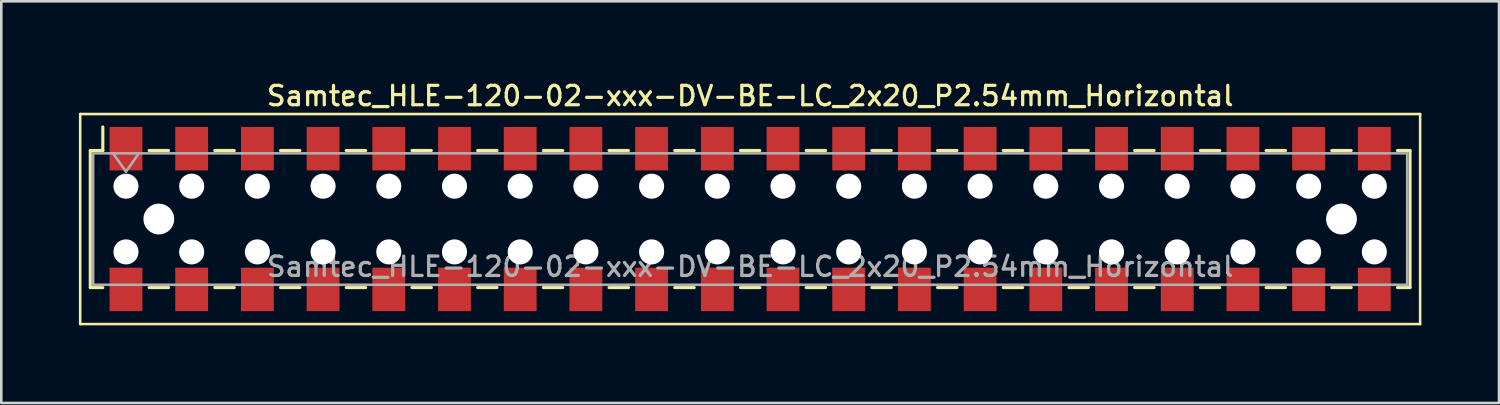
<source format=kicad_pcb>
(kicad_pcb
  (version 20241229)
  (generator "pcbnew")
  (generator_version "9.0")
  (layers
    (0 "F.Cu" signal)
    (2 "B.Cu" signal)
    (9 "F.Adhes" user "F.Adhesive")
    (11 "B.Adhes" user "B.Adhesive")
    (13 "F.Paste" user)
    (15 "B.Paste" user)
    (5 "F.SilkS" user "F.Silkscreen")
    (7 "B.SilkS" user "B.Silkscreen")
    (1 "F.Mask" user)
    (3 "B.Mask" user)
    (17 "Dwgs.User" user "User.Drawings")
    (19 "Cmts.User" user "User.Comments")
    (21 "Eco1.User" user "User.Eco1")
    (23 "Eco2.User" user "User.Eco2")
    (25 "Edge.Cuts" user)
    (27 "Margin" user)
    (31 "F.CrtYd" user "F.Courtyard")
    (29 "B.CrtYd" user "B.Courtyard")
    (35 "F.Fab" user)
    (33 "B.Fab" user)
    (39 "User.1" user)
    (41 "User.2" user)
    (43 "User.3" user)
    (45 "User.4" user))
  (footprint "Samtec_HLE-120-02-xxx-DV-BE-LC_2x20_P2.54mm_Horizontal"
    (layer "F.Cu")
    (at 25.95 5.418)
    (property "Reference" "Samtec_HLE-120-02-xxx-DV-BE-LC_2x20_P2.54mm_Horizontal" (at 0 -4.76 0) (layer "F.SilkS") (effects (font (size 0.75 0.75) (thickness 0.125))))
    (attr smd)
    (fp_line (start -25.9 -4.06) (end 25.9 -4.06) (stroke (width 0.1) (type solid)) (layer "F.SilkS"))
    (fp_line (start -25.9 4.06) (end -25.9 -4.06) (stroke (width 0.1) (type solid)) (layer "F.SilkS"))
    (fp_line (start -25.51 -2.65) (end -25.51 2.65) (stroke (width 0.12) (type solid)) (layer "F.SilkS"))
    (fp_line (start -25.51 2.65) (end -25.025 2.65) (stroke (width 0.12) (type solid)) (layer "F.SilkS"))
    (fp_line (start -25.025 -3.56) (end -25.025 -2.65) (stroke (width 0.12) (type solid)) (layer "F.SilkS"))
    (fp_line (start -25.025 -2.65) (end -25.51 -2.65) (stroke (width 0.12) (type solid)) (layer "F.SilkS"))
    (fp_line (start -23.235 -2.65) (end -22.485 -2.65) (stroke (width 0.12) (type solid)) (layer "F.SilkS"))
    (fp_line (start -23.235 2.65) (end -22.485 2.65) (stroke (width 0.12) (type solid)) (layer "F.SilkS"))
    (fp_line (start -20.695 -2.65) (end -19.945 -2.65) (stroke (width 0.12) (type solid)) (layer "F.SilkS"))
    (fp_line (start -20.695 2.65) (end -19.945 2.65) (stroke (width 0.12) (type solid)) (layer "F.SilkS"))
    (fp_line (start -18.155 -2.65) (end -17.405 -2.65) (stroke (width 0.12) (type solid)) (layer "F.SilkS"))
    (fp_line (start -18.155 2.65) (end -17.405 2.65) (stroke (width 0.12) (type solid)) (layer "F.SilkS"))
    (fp_line (start -15.615 -2.65) (end -14.865 -2.65) (stroke (width 0.12) (type solid)) (layer "F.SilkS"))
    (fp_line (start -15.615 2.65) (end -14.865 2.65) (stroke (width 0.12) (type solid)) (layer "F.SilkS"))
    (fp_line (start -13.075 -2.65) (end -12.325 -2.65) (stroke (width 0.12) (type solid)) (layer "F.SilkS"))
    (fp_line (start -13.075 2.65) (end -12.325 2.65) (stroke (width 0.12) (type solid)) (layer "F.SilkS"))
    (fp_line (start -10.535 -2.65) (end -9.785 -2.65) (stroke (width 0.12) (type solid)) (layer "F.SilkS"))
    (fp_line (start -10.535 2.65) (end -9.785 2.65) (stroke (width 0.12) (type solid)) (layer "F.SilkS"))
    (fp_line (start -7.995 -2.65) (end -7.245 -2.65) (stroke (width 0.12) (type solid)) (layer "F.SilkS"))
    (fp_line (start -7.995 2.65) (end -7.245 2.65) (stroke (width 0.12) (type solid)) (layer "F.SilkS"))
    (fp_line (start -5.455 -2.65) (end -4.705 -2.65) (stroke (width 0.12) (type solid)) (layer "F.SilkS"))
    (fp_line (start -5.455 2.65) (end -4.705 2.65) (stroke (width 0.12) (type solid)) (layer "F.SilkS"))
    (fp_line (start -2.915 -2.65) (end -2.165 -2.65) (stroke (width 0.12) (type solid)) (layer "F.SilkS"))
    (fp_line (start -2.915 2.65) (end -2.165 2.65) (stroke (width 0.12) (type solid)) (layer "F.SilkS"))
    (fp_line (start -0.375 -2.65) (end 0.375 -2.65) (stroke (width 0.12) (type solid)) (layer "F.SilkS"))
    (fp_line (start -0.375 2.65) (end 0.375 2.65) (stroke (width 0.12) (type solid)) (layer "F.SilkS"))
    (fp_line (start 2.165 -2.65) (end 2.915 -2.65) (stroke (width 0.12) (type solid)) (layer "F.SilkS"))
    (fp_line (start 2.165 2.65) (end 2.915 2.65) (stroke (width 0.12) (type solid)) (layer "F.SilkS"))
    (fp_line (start 4.705 -2.65) (end 5.455 -2.65) (stroke (width 0.12) (type solid)) (layer "F.SilkS"))
    (fp_line (start 4.705 2.65) (end 5.455 2.65) (stroke (width 0.12) (type solid)) (layer "F.SilkS"))
    (fp_line (start 7.245 -2.65) (end 7.995 -2.65) (stroke (width 0.12) (type solid)) (layer "F.SilkS"))
    (fp_line (start 7.245 2.65) (end 7.995 2.65) (stroke (width 0.12) (type solid)) (layer "F.SilkS"))
    (fp_line (start 9.785 -2.65) (end 10.535 -2.65) (stroke (width 0.12) (type solid)) (layer "F.SilkS"))
    (fp_line (start 9.785 2.65) (end 10.535 2.65) (stroke (width 0.12) (type solid)) (layer "F.SilkS"))
    (fp_line (start 12.325 -2.65) (end 13.075 -2.65) (stroke (width 0.12) (type solid)) (layer "F.SilkS"))
    (fp_line (start 12.325 2.65) (end 13.075 2.65) (stroke (width 0.12) (type solid)) (layer "F.SilkS"))
    (fp_line (start 14.865 -2.65) (end 15.615 -2.65) (stroke (width 0.12) (type solid)) (layer "F.SilkS"))
    (fp_line (start 14.865 2.65) (end 15.615 2.65) (stroke (width 0.12) (type solid)) (layer "F.SilkS"))
    (fp_line (start 17.405 -2.65) (end 18.155 -2.65) (stroke (width 0.12) (type solid)) (layer "F.SilkS"))
    (fp_line (start 17.405 2.65) (end 18.155 2.65) (stroke (width 0.12) (type solid)) (layer "F.SilkS"))
    (fp_line (start 19.945 -2.65) (end 20.695 -2.65) (stroke (width 0.12) (type solid)) (layer "F.SilkS"))
    (fp_line (start 19.945 2.65) (end 20.695 2.65) (stroke (width 0.12) (type solid)) (layer "F.SilkS"))
    (fp_line (start 22.485 -2.65) (end 23.235 -2.65) (stroke (width 0.12) (type solid)) (layer "F.SilkS"))
    (fp_line (start 22.485 2.65) (end 23.235 2.65) (stroke (width 0.12) (type solid)) (layer "F.SilkS"))
    (fp_line (start 25.025 -2.65) (end 25.51 -2.65) (stroke (width 0.12) (type solid)) (layer "F.SilkS"))
    (fp_line (start 25.51 -2.65) (end 25.51 2.65) (stroke (width 0.12) (type solid)) (layer "F.SilkS"))
    (fp_line (start 25.51 2.65) (end 25.025 2.65) (stroke (width 0.12) (type solid)) (layer "F.SilkS"))
    (fp_line (start 25.9 -4.06) (end 25.9 4.06) (stroke (width 0.1) (type solid)) (layer "F.SilkS"))
    (fp_line (start 25.9 4.06) (end -25.9 4.06) (stroke (width 0.1) (type solid)) (layer "F.SilkS"))
    (fp_line (start -25.4 -2.54) (end 25.4 -2.54) (stroke (width 0.1) (type solid)) (layer "F.Fab"))
    (fp_line (start -25.4 2.54) (end -25.4 -2.54) (stroke (width 0.1) (type solid)) (layer "F.Fab"))
    (fp_line (start -24.63 -2.54) (end -24.13 -1.833) (stroke (width 0.1) (type solid)) (layer "F.Fab"))
    (fp_line (start -24.13 -1.833) (end -23.63 -2.54) (stroke (width 0.1) (type solid)) (layer "F.Fab"))
    (fp_line (start 25.4 -2.54) (end 25.4 2.54) (stroke (width 0.1) (type solid)) (layer "F.Fab"))
    (fp_line (start 25.4 2.54) (end -25.4 2.54) (stroke (width 0.1) (type solid)) (layer "F.Fab"))
    (fp_text user "${REFERENCE}" (at 0 1.84 0) (layer "F.Fab") (effects (font (size 0.75 0.75) (thickness 0.125))))
    (pad "" np_thru_hole circle (at -24.13 -1.27) (size 0.97 0.97) (drill 0.97) (layers "*.Cu" "*.Mask"))
    (pad "" np_thru_hole circle (at -24.13 1.27) (size 0.97 0.97) (drill 0.97) (layers "*.Cu" "*.Mask"))
    (pad "" np_thru_hole circle (at -22.86 0) (size 1.19 1.19) (drill 1.19) (layers "*.Cu" "*.Mask"))
    (pad "" np_thru_hole circle (at -21.59 -1.27) (size 0.97 0.97) (drill 0.97) (layers "*.Cu" "*.Mask"))
    (pad "" np_thru_hole circle (at -21.59 1.27) (size 0.97 0.97) (drill 0.97) (layers "*.Cu" "*.Mask"))
    (pad "" np_thru_hole circle (at -19.05 -1.27) (size 0.97 0.97) (drill 0.97) (layers "*.Cu" "*.Mask"))
    (pad "" np_thru_hole circle (at -19.05 1.27) (size 0.97 0.97) (drill 0.97) (layers "*.Cu" "*.Mask"))
    (pad "" np_thru_hole circle (at -16.51 -1.27) (size 0.97 0.97) (drill 0.97) (layers "*.Cu" "*.Mask"))
    (pad "" np_thru_hole circle (at -16.51 1.27) (size 0.97 0.97) (drill 0.97) (layers "*.Cu" "*.Mask"))
    (pad "" np_thru_hole circle (at -13.97 -1.27) (size 0.97 0.97) (drill 0.97) (layers "*.Cu" "*.Mask"))
    (pad "" np_thru_hole circle (at -13.97 1.27) (size 0.97 0.97) (drill 0.97) (layers "*.Cu" "*.Mask"))
    (pad "" np_thru_hole circle (at -11.43 -1.27) (size 0.97 0.97) (drill 0.97) (layers "*.Cu" "*.Mask"))
    (pad "" np_thru_hole circle (at -11.43 1.27) (size 0.97 0.97) (drill 0.97) (layers "*.Cu" "*.Mask"))
    (pad "" np_thru_hole circle (at -8.89 -1.27) (size 0.97 0.97) (drill 0.97) (layers "*.Cu" "*.Mask"))
    (pad "" np_thru_hole circle (at -8.89 1.27) (size 0.97 0.97) (drill 0.97) (layers "*.Cu" "*.Mask"))
    (pad "" np_thru_hole circle (at -6.35 -1.27) (size 0.97 0.97) (drill 0.97) (layers "*.Cu" "*.Mask"))
    (pad "" np_thru_hole circle (at -6.35 1.27) (size 0.97 0.97) (drill 0.97) (layers "*.Cu" "*.Mask"))
    (pad "" np_thru_hole circle (at -3.81 -1.27) (size 0.97 0.97) (drill 0.97) (layers "*.Cu" "*.Mask"))
    (pad "" np_thru_hole circle (at -3.81 1.27) (size 0.97 0.97) (drill 0.97) (layers "*.Cu" "*.Mask"))
    (pad "" np_thru_hole circle (at -1.27 -1.27) (size 0.97 0.97) (drill 0.97) (layers "*.Cu" "*.Mask"))
    (pad "" np_thru_hole circle (at -1.27 1.27) (size 0.97 0.97) (drill 0.97) (layers "*.Cu" "*.Mask"))
    (pad "" np_thru_hole circle (at 1.27 -1.27) (size 0.97 0.97) (drill 0.97) (layers "*.Cu" "*.Mask"))
    (pad "" np_thru_hole circle (at 1.27 1.27) (size 0.97 0.97) (drill 0.97) (layers "*.Cu" "*.Mask"))
    (pad "" np_thru_hole circle (at 3.81 -1.27) (size 0.97 0.97) (drill 0.97) (layers "*.Cu" "*.Mask"))
    (pad "" np_thru_hole circle (at 3.81 1.27) (size 0.97 0.97) (drill 0.97) (layers "*.Cu" "*.Mask"))
    (pad "" np_thru_hole circle (at 6.35 -1.27) (size 0.97 0.97) (drill 0.97) (layers "*.Cu" "*.Mask"))
    (pad "" np_thru_hole circle (at 6.35 1.27) (size 0.97 0.97) (drill 0.97) (layers "*.Cu" "*.Mask"))
    (pad "" np_thru_hole circle (at 8.89 -1.27) (size 0.97 0.97) (drill 0.97) (layers "*.Cu" "*.Mask"))
    (pad "" np_thru_hole circle (at 8.89 1.27) (size 0.97 0.97) (drill 0.97) (layers "*.Cu" "*.Mask"))
    (pad "" np_thru_hole circle (at 11.43 -1.27) (size 0.97 0.97) (drill 0.97) (layers "*.Cu" "*.Mask"))
    (pad "" np_thru_hole circle (at 11.43 1.27) (size 0.97 0.97) (drill 0.97) (layers "*.Cu" "*.Mask"))
    (pad "" np_thru_hole circle (at 13.97 -1.27) (size 0.97 0.97) (drill 0.97) (layers "*.Cu" "*.Mask"))
    (pad "" np_thru_hole circle (at 13.97 1.27) (size 0.97 0.97) (drill 0.97) (layers "*.Cu" "*.Mask"))
    (pad "" np_thru_hole circle (at 16.51 -1.27) (size 0.97 0.97) (drill 0.97) (layers "*.Cu" "*.Mask"))
    (pad "" np_thru_hole circle (at 16.51 1.27) (size 0.97 0.97) (drill 0.97) (layers "*.Cu" "*.Mask"))
    (pad "" np_thru_hole circle (at 19.05 -1.27) (size 0.97 0.97) (drill 0.97) (layers "*.Cu" "*.Mask"))
    (pad "" np_thru_hole circle (at 19.05 1.27) (size 0.97 0.97) (drill 0.97) (layers "*.Cu" "*.Mask"))
    (pad "" np_thru_hole circle (at 21.59 -1.27) (size 0.97 0.97) (drill 0.97) (layers "*.Cu" "*.Mask"))
    (pad "" np_thru_hole circle (at 21.59 1.27) (size 0.97 0.97) (drill 0.97) (layers "*.Cu" "*.Mask"))
    (pad "" np_thru_hole circle (at 22.86 0) (size 1.19 1.19) (drill 1.19) (layers "*.Cu" "*.Mask"))
    (pad "" np_thru_hole circle (at 24.13 -1.27) (size 0.97 0.97) (drill 0.97) (layers "*.Cu" "*.Mask"))
    (pad "" np_thru_hole circle (at 24.13 1.27) (size 0.97 0.97) (drill 0.97) (layers "*.Cu" "*.Mask"))
    (pad "1" smd rect (at -24.13 -2.72) (size 1.27 1.68) (layers "F.Cu" "F.Mask" "F.Paste"))
    (pad "2" smd rect (at -24.13 2.72) (size 1.27 1.68) (layers "F.Cu" "F.Mask" "F.Paste"))
    (pad "3" smd rect (at -21.59 -2.72) (size 1.27 1.68) (layers "F.Cu" "F.Mask" "F.Paste"))
    (pad "4" smd rect (at -21.59 2.72) (size 1.27 1.68) (layers "F.Cu" "F.Mask" "F.Paste"))
    (pad "5" smd rect (at -19.05 -2.72) (size 1.27 1.68) (layers "F.Cu" "F.Mask" "F.Paste"))
    (pad "6" smd rect (at -19.05 2.72) (size 1.27 1.68) (layers "F.Cu" "F.Mask" "F.Paste"))
    (pad "7" smd rect (at -16.51 -2.72) (size 1.27 1.68) (layers "F.Cu" "F.Mask" "F.Paste"))
    (pad "8" smd rect (at -16.51 2.72) (size 1.27 1.68) (layers "F.Cu" "F.Mask" "F.Paste"))
    (pad "9" smd rect (at -13.97 -2.72) (size 1.27 1.68) (layers "F.Cu" "F.Mask" "F.Paste"))
    (pad "10" smd rect (at -13.97 2.72) (size 1.27 1.68) (layers "F.Cu" "F.Mask" "F.Paste"))
    (pad "11" smd rect (at -11.43 -2.72) (size 1.27 1.68) (layers "F.Cu" "F.Mask" "F.Paste"))
    (pad "12" smd rect (at -11.43 2.72) (size 1.27 1.68) (layers "F.Cu" "F.Mask" "F.Paste"))
    (pad "13" smd rect (at -8.89 -2.72) (size 1.27 1.68) (layers "F.Cu" "F.Mask" "F.Paste"))
    (pad "14" smd rect (at -8.89 2.72) (size 1.27 1.68) (layers "F.Cu" "F.Mask" "F.Paste"))
    (pad "15" smd rect (at -6.35 -2.72) (size 1.27 1.68) (layers "F.Cu" "F.Mask" "F.Paste"))
    (pad "16" smd rect (at -6.35 2.72) (size 1.27 1.68) (layers "F.Cu" "F.Mask" "F.Paste"))
    (pad "17" smd rect (at -3.81 -2.72) (size 1.27 1.68) (layers "F.Cu" "F.Mask" "F.Paste"))
    (pad "18" smd rect (at -3.81 2.72) (size 1.27 1.68) (layers "F.Cu" "F.Mask" "F.Paste"))
    (pad "19" smd rect (at -1.27 -2.72) (size 1.27 1.68) (layers "F.Cu" "F.Mask" "F.Paste"))
    (pad "20" smd rect (at -1.27 2.72) (size 1.27 1.68) (layers "F.Cu" "F.Mask" "F.Paste"))
    (pad "21" smd rect (at 1.27 -2.72) (size 1.27 1.68) (layers "F.Cu" "F.Mask" "F.Paste"))
    (pad "22" smd rect (at 1.27 2.72) (size 1.27 1.68) (layers "F.Cu" "F.Mask" "F.Paste"))
    (pad "23" smd rect (at 3.81 -2.72) (size 1.27 1.68) (layers "F.Cu" "F.Mask" "F.Paste"))
    (pad "24" smd rect (at 3.81 2.72) (size 1.27 1.68) (layers "F.Cu" "F.Mask" "F.Paste"))
    (pad "25" smd rect (at 6.35 -2.72) (size 1.27 1.68) (layers "F.Cu" "F.Mask" "F.Paste"))
    (pad "26" smd rect (at 6.35 2.72) (size 1.27 1.68) (layers "F.Cu" "F.Mask" "F.Paste"))
    (pad "27" smd rect (at 8.89 -2.72) (size 1.27 1.68) (layers "F.Cu" "F.Mask" "F.Paste"))
    (pad "28" smd rect (at 8.89 2.72) (size 1.27 1.68) (layers "F.Cu" "F.Mask" "F.Paste"))
    (pad "29" smd rect (at 11.43 -2.72) (size 1.27 1.68) (layers "F.Cu" "F.Mask" "F.Paste"))
    (pad "30" smd rect (at 11.43 2.72) (size 1.27 1.68) (layers "F.Cu" "F.Mask" "F.Paste"))
    (pad "31" smd rect (at 13.97 -2.72) (size 1.27 1.68) (layers "F.Cu" "F.Mask" "F.Paste"))
    (pad "32" smd rect (at 13.97 2.72) (size 1.27 1.68) (layers "F.Cu" "F.Mask" "F.Paste"))
    (pad "33" smd rect (at 16.51 -2.72) (size 1.27 1.68) (layers "F.Cu" "F.Mask" "F.Paste"))
    (pad "34" smd rect (at 16.51 2.72) (size 1.27 1.68) (layers "F.Cu" "F.Mask" "F.Paste"))
    (pad "35" smd rect (at 19.05 -2.72) (size 1.27 1.68) (layers "F.Cu" "F.Mask" "F.Paste"))
    (pad "36" smd rect (at 19.05 2.72) (size 1.27 1.68) (layers "F.Cu" "F.Mask" "F.Paste"))
    (pad "37" smd rect (at 21.59 -2.72) (size 1.27 1.68) (layers "F.Cu" "F.Mask" "F.Paste"))
    (pad "38" smd rect (at 21.59 2.72) (size 1.27 1.68) (layers "F.Cu" "F.Mask" "F.Paste"))
    (pad "39" smd rect (at 24.13 -2.72) (size 1.27 1.68) (layers "F.Cu" "F.Mask" "F.Paste"))
    (pad "40" smd rect (at 24.13 2.72) (size 1.27 1.68) (layers "F.Cu" "F.Mask" "F.Paste")))
  (gr_rect
    (start -3 -3)
    (end 54.9 12.528)
    (stroke (width 0.1) (type default))
    (fill no)
    (layer "Edge.Cuts")))
</source>
